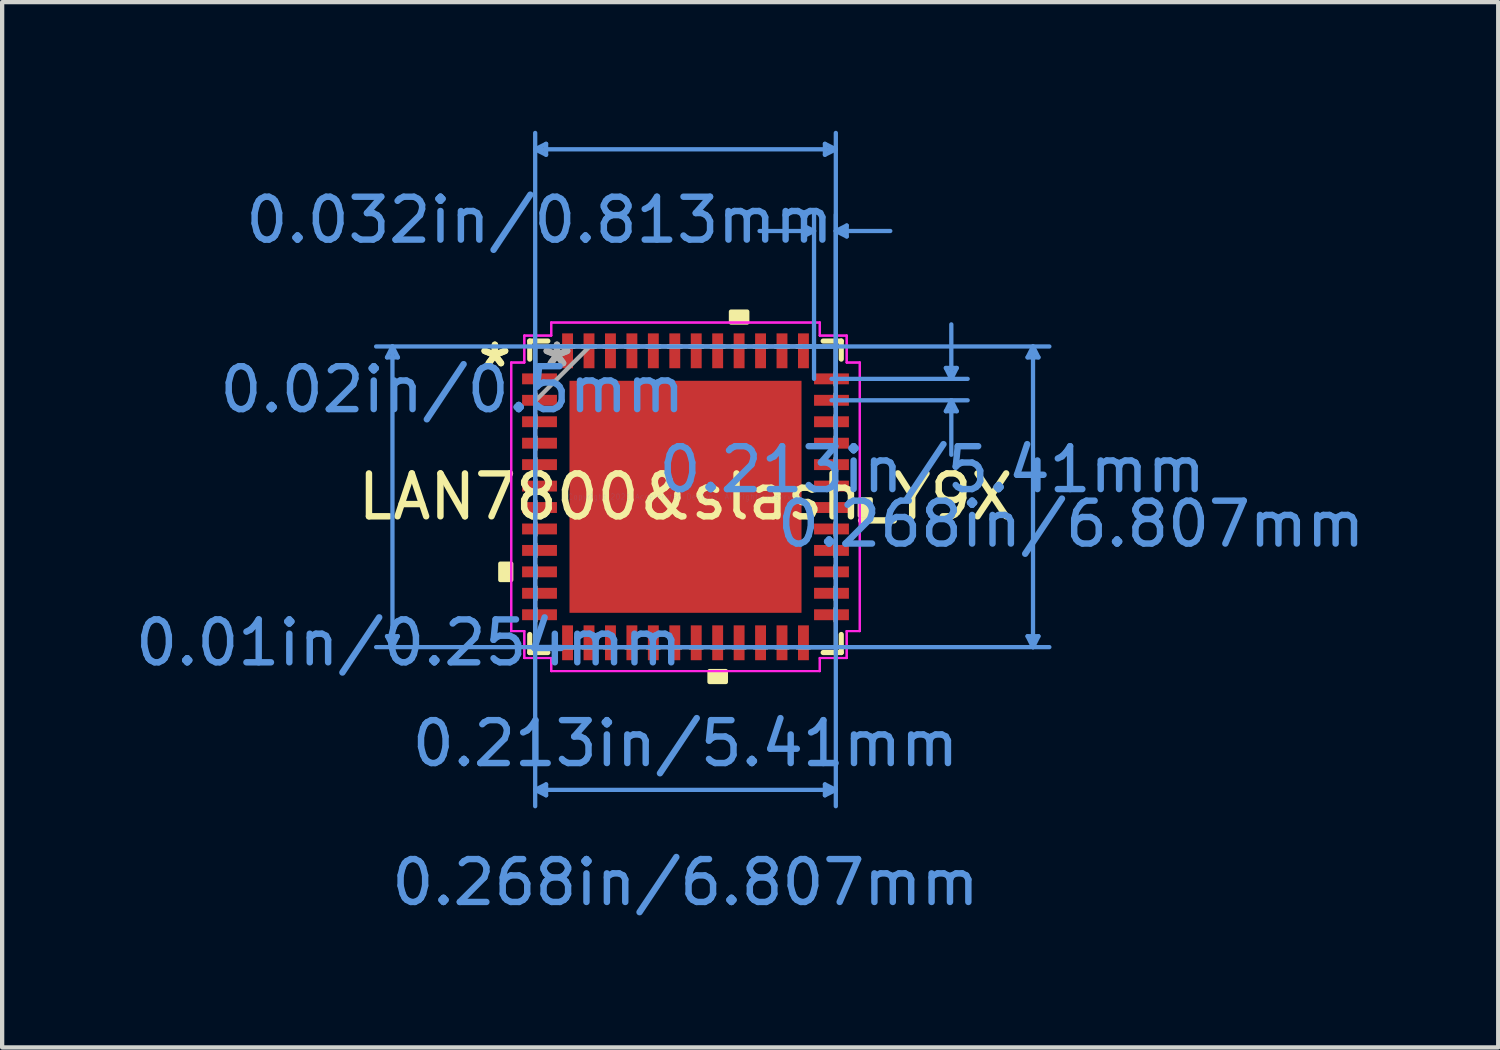
<source format=kicad_pcb>
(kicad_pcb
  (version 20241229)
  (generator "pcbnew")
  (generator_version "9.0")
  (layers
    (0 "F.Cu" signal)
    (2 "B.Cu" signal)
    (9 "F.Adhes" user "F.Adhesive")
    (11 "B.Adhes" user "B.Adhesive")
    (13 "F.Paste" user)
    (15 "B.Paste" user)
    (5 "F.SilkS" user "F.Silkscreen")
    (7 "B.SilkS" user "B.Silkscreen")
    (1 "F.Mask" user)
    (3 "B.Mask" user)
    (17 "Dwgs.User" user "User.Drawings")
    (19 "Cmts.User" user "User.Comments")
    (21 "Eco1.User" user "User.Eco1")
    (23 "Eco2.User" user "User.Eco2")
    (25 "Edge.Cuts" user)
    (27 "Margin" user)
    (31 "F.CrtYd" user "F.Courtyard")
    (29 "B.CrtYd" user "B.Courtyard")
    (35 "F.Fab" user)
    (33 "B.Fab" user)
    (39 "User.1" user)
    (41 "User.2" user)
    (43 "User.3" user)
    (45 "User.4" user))
  (footprint "LAN7800&slash_Y9X"
    (layer "F.Cu")
    (at 12.934 8.534)
    (property "Reference" "LAN7800&slash_Y9X" (at 0 0 0) (layer "F.SilkS") (effects (font (size 1 1) (thickness 0.15))))
    (attr through_hole)
    (fp_line (start -3.632 -3.632) (end -3.632 -3.21) (stroke (width 0.12) (type solid)) (layer "F.SilkS"))
    (fp_line (start -3.632 3.21) (end -3.632 3.632) (stroke (width 0.12) (type solid)) (layer "F.SilkS"))
    (fp_line (start -3.632 3.632) (end -3.21 3.632) (stroke (width 0.12) (type solid)) (layer "F.SilkS"))
    (fp_line (start -3.21 -3.632) (end -3.632 -3.632) (stroke (width 0.12) (type solid)) (layer "F.SilkS"))
    (fp_line (start 3.21 3.632) (end 3.632 3.632) (stroke (width 0.12) (type solid)) (layer "F.SilkS"))
    (fp_line (start 3.632 -3.632) (end 3.21 -3.632) (stroke (width 0.12) (type solid)) (layer "F.SilkS"))
    (fp_line (start 3.632 -3.21) (end 3.632 -3.632) (stroke (width 0.12) (type solid)) (layer "F.SilkS"))
    (fp_line (start 3.632 3.632) (end 3.632 3.21) (stroke (width 0.12) (type solid)) (layer "F.SilkS"))
    (fp_poly (pts (xy -4.318 1.559) (xy -4.318 1.94) (xy -4.064 1.94) (xy -4.064 1.559)) (stroke (width 0.1) (type solid)) (fill yes) (layer "F.SilkS"))
    (fp_poly (pts (xy 0.56 4.064) (xy 0.56 4.318) (xy 0.941 4.318) (xy 0.941 4.064)) (stroke (width 0.1) (type solid)) (fill yes) (layer "F.SilkS"))
    (fp_poly (pts (xy 1.06 -4.064) (xy 1.06 -4.318) (xy 1.44 -4.318) (xy 1.44 -4.064)) (stroke (width 0.1) (type solid)) (fill yes) (layer "F.SilkS"))
    (fp_poly (pts (xy 4.318 0.059) (xy 4.318 0.441) (xy 4.064 0.441) (xy 4.064 0.059)) (stroke (width 0.1) (type solid)) (fill yes) (layer "F.SilkS"))
    (fp_poly (pts (xy -2.605 -2.605) (xy -2.605 -1.453) (xy -1.453 -1.453) (xy -1.453 -2.605)) (stroke (width 0.1) (type solid)) (fill yes) (layer "F.Paste"))
    (fp_poly (pts (xy -2.605 -1.253) (xy -2.605 -0.1) (xy -1.453 -0.1) (xy -1.453 -1.253)) (stroke (width 0.1) (type solid)) (fill yes) (layer "F.Paste"))
    (fp_poly (pts (xy -2.605 0.1) (xy -2.605 1.253) (xy -1.453 1.253) (xy -1.453 0.1)) (stroke (width 0.1) (type solid)) (fill yes) (layer "F.Paste"))
    (fp_poly (pts (xy -2.605 1.453) (xy -2.605 2.605) (xy -1.453 2.605) (xy -1.453 1.453)) (stroke (width 0.1) (type solid)) (fill yes) (layer "F.Paste"))
    (fp_poly (pts (xy -1.253 -2.605) (xy -1.253 -1.453) (xy -0.1 -1.453) (xy -0.1 -2.605)) (stroke (width 0.1) (type solid)) (fill yes) (layer "F.Paste"))
    (fp_poly (pts (xy -1.253 -1.253) (xy -1.253 -0.1) (xy -0.1 -0.1) (xy -0.1 -1.253)) (stroke (width 0.1) (type solid)) (fill yes) (layer "F.Paste"))
    (fp_poly (pts (xy -1.253 0.1) (xy -1.253 1.253) (xy -0.1 1.253) (xy -0.1 0.1)) (stroke (width 0.1) (type solid)) (fill yes) (layer "F.Paste"))
    (fp_poly (pts (xy -1.253 1.453) (xy -1.253 2.605) (xy -0.1 2.605) (xy -0.1 1.453)) (stroke (width 0.1) (type solid)) (fill yes) (layer "F.Paste"))
    (fp_poly (pts (xy 0.1 -2.605) (xy 0.1 -1.453) (xy 1.253 -1.453) (xy 1.253 -2.605)) (stroke (width 0.1) (type solid)) (fill yes) (layer "F.Paste"))
    (fp_poly (pts (xy 0.1 -1.253) (xy 0.1 -0.1) (xy 1.253 -0.1) (xy 1.253 -1.253)) (stroke (width 0.1) (type solid)) (fill yes) (layer "F.Paste"))
    (fp_poly (pts (xy 0.1 0.1) (xy 0.1 1.253) (xy 1.253 1.253) (xy 1.253 0.1)) (stroke (width 0.1) (type solid)) (fill yes) (layer "F.Paste"))
    (fp_poly (pts (xy 0.1 1.453) (xy 0.1 2.605) (xy 1.253 2.605) (xy 1.253 1.453)) (stroke (width 0.1) (type solid)) (fill yes) (layer "F.Paste"))
    (fp_poly (pts (xy 1.453 -2.605) (xy 1.453 -1.453) (xy 2.605 -1.453) (xy 2.605 -2.605)) (stroke (width 0.1) (type solid)) (fill yes) (layer "F.Paste"))
    (fp_poly (pts (xy 1.453 -1.253) (xy 1.453 -0.1) (xy 2.605 -0.1) (xy 2.605 -1.253)) (stroke (width 0.1) (type solid)) (fill yes) (layer "F.Paste"))
    (fp_poly (pts (xy 1.453 0.1) (xy 1.453 1.253) (xy 2.605 1.253) (xy 2.605 0.1)) (stroke (width 0.1) (type solid)) (fill yes) (layer "F.Paste"))
    (fp_poly (pts (xy 1.453 1.453) (xy 1.453 2.605) (xy 2.605 2.605) (xy 2.605 1.453)) (stroke (width 0.1) (type solid)) (fill yes) (layer "F.Paste"))
    (fp_line (start -6.96 -3.251) (end -6.706 -3.251) (stroke (width 0.1) (type solid)) (layer "Cmts.User"))
    (fp_line (start -6.96 3.251) (end -6.706 3.251) (stroke (width 0.1) (type solid)) (layer "Cmts.User"))
    (fp_line (start -6.833 -3.505) (end -6.96 -3.251) (stroke (width 0.1) (type solid)) (layer "Cmts.User"))
    (fp_line (start -6.833 -3.505) (end -6.833 3.505) (stroke (width 0.1) (type solid)) (layer "Cmts.User"))
    (fp_line (start -6.833 -3.505) (end -6.706 -3.251) (stroke (width 0.1) (type solid)) (layer "Cmts.User"))
    (fp_line (start -6.833 3.505) (end -6.96 3.251) (stroke (width 0.1) (type solid)) (layer "Cmts.User"))
    (fp_line (start -6.833 3.505) (end -6.706 3.251) (stroke (width 0.1) (type solid)) (layer "Cmts.User"))
    (fp_line (start -3.505 -8.103) (end -3.251 -8.23) (stroke (width 0.1) (type solid)) (layer "Cmts.User"))
    (fp_line (start -3.505 -8.103) (end -3.251 -7.976) (stroke (width 0.1) (type solid)) (layer "Cmts.User"))
    (fp_line (start -3.505 -8.103) (end 3.505 -8.103) (stroke (width 0.1) (type solid)) (layer "Cmts.User"))
    (fp_line (start -3.505 -3.505) (end -3.505 7.214) (stroke (width 0.1) (type solid)) (layer "Cmts.User"))
    (fp_line (start -3.505 -2.75) (end -3.505 -8.484) (stroke (width 0.1) (type solid)) (layer "Cmts.User"))
    (fp_line (start -3.505 6.833) (end -3.251 6.706) (stroke (width 0.1) (type solid)) (layer "Cmts.User"))
    (fp_line (start -3.505 6.833) (end -3.251 6.96) (stroke (width 0.1) (type solid)) (layer "Cmts.User"))
    (fp_line (start -3.505 6.833) (end 3.505 6.833) (stroke (width 0.1) (type solid)) (layer "Cmts.User"))
    (fp_line (start -3.251 -8.23) (end -3.251 -7.976) (stroke (width 0.1) (type solid)) (layer "Cmts.User"))
    (fp_line (start -3.251 6.706) (end -3.251 6.96) (stroke (width 0.1) (type solid)) (layer "Cmts.User"))
    (fp_line (start 2.743 -6.325) (end 2.743 -6.071) (stroke (width 0.1) (type solid)) (layer "Cmts.User"))
    (fp_line (start 2.75 -3.505) (end 8.484 -3.505) (stroke (width 0.1) (type solid)) (layer "Cmts.User"))
    (fp_line (start 2.75 3.505) (end 8.484 3.505) (stroke (width 0.1) (type solid)) (layer "Cmts.User"))
    (fp_line (start 2.997 -6.198) (end 1.727 -6.198) (stroke (width 0.1) (type solid)) (layer "Cmts.User"))
    (fp_line (start 2.997 -6.198) (end 2.743 -6.325) (stroke (width 0.1) (type solid)) (layer "Cmts.User"))
    (fp_line (start 2.997 -6.198) (end 2.743 -6.071) (stroke (width 0.1) (type solid)) (layer "Cmts.User"))
    (fp_line (start 2.997 -2.75) (end 2.997 -6.579) (stroke (width 0.1) (type solid)) (layer "Cmts.User"))
    (fp_line (start 3.251 -8.23) (end 3.251 -7.976) (stroke (width 0.1) (type solid)) (layer "Cmts.User"))
    (fp_line (start 3.251 6.706) (end 3.251 6.96) (stroke (width 0.1) (type solid)) (layer "Cmts.User"))
    (fp_line (start 3.404 -2.75) (end 6.579 -2.75) (stroke (width 0.1) (type solid)) (layer "Cmts.User"))
    (fp_line (start 3.404 -2.25) (end 6.579 -2.25) (stroke (width 0.1) (type solid)) (layer "Cmts.User"))
    (fp_line (start 3.505 -8.103) (end 3.251 -8.23) (stroke (width 0.1) (type solid)) (layer "Cmts.User"))
    (fp_line (start 3.505 -8.103) (end 3.251 -7.976) (stroke (width 0.1) (type solid)) (layer "Cmts.User"))
    (fp_line (start 3.505 -6.198) (end 3.759 -6.325) (stroke (width 0.1) (type solid)) (layer "Cmts.User"))
    (fp_line (start 3.505 -6.198) (end 3.759 -6.071) (stroke (width 0.1) (type solid)) (layer "Cmts.User"))
    (fp_line (start 3.505 -6.198) (end 4.775 -6.198) (stroke (width 0.1) (type solid)) (layer "Cmts.User"))
    (fp_line (start 3.505 -3.505) (end -7.214 -3.505) (stroke (width 0.1) (type solid)) (layer "Cmts.User"))
    (fp_line (start 3.505 -3.505) (end 3.505 7.214) (stroke (width 0.1) (type solid)) (layer "Cmts.User"))
    (fp_line (start 3.505 -2.75) (end 3.505 -8.484) (stroke (width 0.1) (type solid)) (layer "Cmts.User"))
    (fp_line (start 3.505 -2.75) (end 3.505 -6.579) (stroke (width 0.1) (type solid)) (layer "Cmts.User"))
    (fp_line (start 3.505 3.505) (end -7.214 3.505) (stroke (width 0.1) (type solid)) (layer "Cmts.User"))
    (fp_line (start 3.505 6.833) (end 3.251 6.706) (stroke (width 0.1) (type solid)) (layer "Cmts.User"))
    (fp_line (start 3.505 6.833) (end 3.251 6.96) (stroke (width 0.1) (type solid)) (layer "Cmts.User"))
    (fp_line (start 3.759 -6.325) (end 3.759 -6.071) (stroke (width 0.1) (type solid)) (layer "Cmts.User"))
    (fp_line (start 6.071 -3.004) (end 6.325 -3.004) (stroke (width 0.1) (type solid)) (layer "Cmts.User"))
    (fp_line (start 6.071 -1.996) (end 6.325 -1.996) (stroke (width 0.1) (type solid)) (layer "Cmts.User"))
    (fp_line (start 6.198 -2.75) (end 6.071 -3.004) (stroke (width 0.1) (type solid)) (layer "Cmts.User"))
    (fp_line (start 6.198 -2.75) (end 6.198 -4.02) (stroke (width 0.1) (type solid)) (layer "Cmts.User"))
    (fp_line (start 6.198 -2.75) (end 6.325 -3.004) (stroke (width 0.1) (type solid)) (layer "Cmts.User"))
    (fp_line (start 6.198 -2.25) (end 6.071 -1.996) (stroke (width 0.1) (type solid)) (layer "Cmts.User"))
    (fp_line (start 6.198 -2.25) (end 6.198 -0.98) (stroke (width 0.1) (type solid)) (layer "Cmts.User"))
    (fp_line (start 6.198 -2.25) (end 6.325 -1.996) (stroke (width 0.1) (type solid)) (layer "Cmts.User"))
    (fp_line (start 7.976 -3.251) (end 8.23 -3.251) (stroke (width 0.1) (type solid)) (layer "Cmts.User"))
    (fp_line (start 7.976 3.251) (end 8.23 3.251) (stroke (width 0.1) (type solid)) (layer "Cmts.User"))
    (fp_line (start 8.103 -3.505) (end 7.976 -3.251) (stroke (width 0.1) (type solid)) (layer "Cmts.User"))
    (fp_line (start 8.103 -3.505) (end 8.103 3.505) (stroke (width 0.1) (type solid)) (layer "Cmts.User"))
    (fp_line (start 8.103 -3.505) (end 8.23 -3.251) (stroke (width 0.1) (type solid)) (layer "Cmts.User"))
    (fp_line (start 8.103 3.505) (end 7.976 3.251) (stroke (width 0.1) (type solid)) (layer "Cmts.User"))
    (fp_line (start 8.103 3.505) (end 8.23 3.251) (stroke (width 0.1) (type solid)) (layer "Cmts.User"))
    (fp_line (start -4.064 -3.131) (end -3.759 -3.131) (stroke (width 0.05) (type solid)) (layer "F.CrtYd"))
    (fp_line (start -4.064 -3.131) (end -3.759 -3.131) (stroke (width 0.05) (type solid)) (layer "F.CrtYd"))
    (fp_line (start -4.064 3.131) (end -4.064 -3.131) (stroke (width 0.05) (type solid)) (layer "F.CrtYd"))
    (fp_line (start -4.064 3.131) (end -4.064 -3.131) (stroke (width 0.05) (type solid)) (layer "F.CrtYd"))
    (fp_line (start -3.759 -3.759) (end -3.131 -3.759) (stroke (width 0.05) (type solid)) (layer "F.CrtYd"))
    (fp_line (start -3.759 -3.759) (end -3.131 -3.759) (stroke (width 0.05) (type solid)) (layer "F.CrtYd"))
    (fp_line (start -3.759 -3.131) (end -3.759 -3.759) (stroke (width 0.05) (type solid)) (layer "F.CrtYd"))
    (fp_line (start -3.759 -3.131) (end -3.759 -3.759) (stroke (width 0.05) (type solid)) (layer "F.CrtYd"))
    (fp_line (start -3.759 3.131) (end -4.064 3.131) (stroke (width 0.05) (type solid)) (layer "F.CrtYd"))
    (fp_line (start -3.759 3.131) (end -4.064 3.131) (stroke (width 0.05) (type solid)) (layer "F.CrtYd"))
    (fp_line (start -3.759 3.759) (end -3.759 3.131) (stroke (width 0.05) (type solid)) (layer "F.CrtYd"))
    (fp_line (start -3.759 3.759) (end -3.759 3.131) (stroke (width 0.05) (type solid)) (layer "F.CrtYd"))
    (fp_line (start -3.131 -4.064) (end 3.131 -4.064) (stroke (width 0.05) (type solid)) (layer "F.CrtYd"))
    (fp_line (start -3.131 -4.064) (end 3.131 -4.064) (stroke (width 0.05) (type solid)) (layer "F.CrtYd"))
    (fp_line (start -3.131 -3.759) (end -3.131 -4.064) (stroke (width 0.05) (type solid)) (layer "F.CrtYd"))
    (fp_line (start -3.131 -3.759) (end -3.131 -4.064) (stroke (width 0.05) (type solid)) (layer "F.CrtYd"))
    (fp_line (start -3.131 3.759) (end -3.759 3.759) (stroke (width 0.05) (type solid)) (layer "F.CrtYd"))
    (fp_line (start -3.131 3.759) (end -3.759 3.759) (stroke (width 0.05) (type solid)) (layer "F.CrtYd"))
    (fp_line (start -3.131 4.064) (end -3.131 3.759) (stroke (width 0.05) (type solid)) (layer "F.CrtYd"))
    (fp_line (start -3.131 4.064) (end -3.131 3.759) (stroke (width 0.05) (type solid)) (layer "F.CrtYd"))
    (fp_line (start 3.131 -4.064) (end 3.131 -3.759) (stroke (width 0.05) (type solid)) (layer "F.CrtYd"))
    (fp_line (start 3.131 -4.064) (end 3.131 -3.759) (stroke (width 0.05) (type solid)) (layer "F.CrtYd"))
    (fp_line (start 3.131 -3.759) (end 3.759 -3.759) (stroke (width 0.05) (type solid)) (layer "F.CrtYd"))
    (fp_line (start 3.131 -3.759) (end 3.759 -3.759) (stroke (width 0.05) (type solid)) (layer "F.CrtYd"))
    (fp_line (start 3.131 3.759) (end 3.131 4.064) (stroke (width 0.05) (type solid)) (layer "F.CrtYd"))
    (fp_line (start 3.131 3.759) (end 3.131 4.064) (stroke (width 0.05) (type solid)) (layer "F.CrtYd"))
    (fp_line (start 3.131 4.064) (end -3.131 4.064) (stroke (width 0.05) (type solid)) (layer "F.CrtYd"))
    (fp_line (start 3.131 4.064) (end -3.131 4.064) (stroke (width 0.05) (type solid)) (layer "F.CrtYd"))
    (fp_line (start 3.759 -3.759) (end 3.759 -3.131) (stroke (width 0.05) (type solid)) (layer "F.CrtYd"))
    (fp_line (start 3.759 -3.759) (end 3.759 -3.131) (stroke (width 0.05) (type solid)) (layer "F.CrtYd"))
    (fp_line (start 3.759 -3.131) (end 4.064 -3.131) (stroke (width 0.05) (type solid)) (layer "F.CrtYd"))
    (fp_line (start 3.759 -3.131) (end 4.064 -3.131) (stroke (width 0.05) (type solid)) (layer "F.CrtYd"))
    (fp_line (start 3.759 3.131) (end 3.759 3.759) (stroke (width 0.05) (type solid)) (layer "F.CrtYd"))
    (fp_line (start 3.759 3.131) (end 3.759 3.759) (stroke (width 0.05) (type solid)) (layer "F.CrtYd"))
    (fp_line (start 3.759 3.759) (end 3.131 3.759) (stroke (width 0.05) (type solid)) (layer "F.CrtYd"))
    (fp_line (start 3.759 3.759) (end 3.131 3.759) (stroke (width 0.05) (type solid)) (layer "F.CrtYd"))
    (fp_line (start 4.064 -3.131) (end 4.064 3.131) (stroke (width 0.05) (type solid)) (layer "F.CrtYd"))
    (fp_line (start 4.064 -3.131) (end 4.064 3.131) (stroke (width 0.05) (type solid)) (layer "F.CrtYd"))
    (fp_line (start 4.064 3.131) (end 3.759 3.131) (stroke (width 0.05) (type solid)) (layer "F.CrtYd"))
    (fp_line (start 4.064 3.131) (end 3.759 3.131) (stroke (width 0.05) (type solid)) (layer "F.CrtYd"))
    (fp_line (start -3.505 -3.505) (end -3.505 -3.505) (stroke (width 0.1) (type solid)) (layer "F.Fab"))
    (fp_line (start -3.505 -3.505) (end -3.505 3.505) (stroke (width 0.1) (type solid)) (layer "F.Fab"))
    (fp_line (start -3.505 -2.902) (end -3.505 -2.902) (stroke (width 0.1) (type solid)) (layer "F.Fab"))
    (fp_line (start -3.505 -2.902) (end -3.505 -2.598) (stroke (width 0.1) (type solid)) (layer "F.Fab"))
    (fp_line (start -3.505 -2.598) (end -3.505 -2.902) (stroke (width 0.1) (type solid)) (layer "F.Fab"))
    (fp_line (start -3.505 -2.598) (end -3.505 -2.598) (stroke (width 0.1) (type solid)) (layer "F.Fab"))
    (fp_line (start -3.505 -2.402) (end -3.505 -2.402) (stroke (width 0.1) (type solid)) (layer "F.Fab"))
    (fp_line (start -3.505 -2.402) (end -3.505 -2.098) (stroke (width 0.1) (type solid)) (layer "F.Fab"))
    (fp_line (start -3.505 -2.235) (end -2.235 -3.505) (stroke (width 0.1) (type solid)) (layer "F.Fab"))
    (fp_line (start -3.505 -2.098) (end -3.505 -2.402) (stroke (width 0.1) (type solid)) (layer "F.Fab"))
    (fp_line (start -3.505 -2.098) (end -3.505 -2.098) (stroke (width 0.1) (type solid)) (layer "F.Fab"))
    (fp_line (start -3.505 -1.902) (end -3.505 -1.902) (stroke (width 0.1) (type solid)) (layer "F.Fab"))
    (fp_line (start -3.505 -1.902) (end -3.505 -1.598) (stroke (width 0.1) (type solid)) (layer "F.Fab"))
    (fp_line (start -3.505 -1.598) (end -3.505 -1.902) (stroke (width 0.1) (type solid)) (layer "F.Fab"))
    (fp_line (start -3.505 -1.598) (end -3.505 -1.598) (stroke (width 0.1) (type solid)) (layer "F.Fab"))
    (fp_line (start -3.505 -1.402) (end -3.505 -1.402) (stroke (width 0.1) (type solid)) (layer "F.Fab"))
    (fp_line (start -3.505 -1.402) (end -3.505 -1.098) (stroke (width 0.1) (type solid)) (layer "F.Fab"))
    (fp_line (start -3.505 -1.098) (end -3.505 -1.402) (stroke (width 0.1) (type solid)) (layer "F.Fab"))
    (fp_line (start -3.505 -1.098) (end -3.505 -1.098) (stroke (width 0.1) (type solid)) (layer "F.Fab"))
    (fp_line (start -3.505 -0.902) (end -3.505 -0.902) (stroke (width 0.1) (type solid)) (layer "F.Fab"))
    (fp_line (start -3.505 -0.902) (end -3.505 -0.598) (stroke (width 0.1) (type solid)) (layer "F.Fab"))
    (fp_line (start -3.505 -0.598) (end -3.505 -0.902) (stroke (width 0.1) (type solid)) (layer "F.Fab"))
    (fp_line (start -3.505 -0.598) (end -3.505 -0.598) (stroke (width 0.1) (type solid)) (layer "F.Fab"))
    (fp_line (start -3.505 -0.402) (end -3.505 -0.402) (stroke (width 0.1) (type solid)) (layer "F.Fab"))
    (fp_line (start -3.505 -0.402) (end -3.505 -0.098) (stroke (width 0.1) (type solid)) (layer "F.Fab"))
    (fp_line (start -3.505 -0.098) (end -3.505 -0.402) (stroke (width 0.1) (type solid)) (layer "F.Fab"))
    (fp_line (start -3.505 -0.098) (end -3.505 -0.098) (stroke (width 0.1) (type solid)) (layer "F.Fab"))
    (fp_line (start -3.505 0.098) (end -3.505 0.098) (stroke (width 0.1) (type solid)) (layer "F.Fab"))
    (fp_line (start -3.505 0.098) (end -3.505 0.402) (stroke (width 0.1) (type solid)) (layer "F.Fab"))
    (fp_line (start -3.505 0.402) (end -3.505 0.098) (stroke (width 0.1) (type solid)) (layer "F.Fab"))
    (fp_line (start -3.505 0.402) (end -3.505 0.402) (stroke (width 0.1) (type solid)) (layer "F.Fab"))
    (fp_line (start -3.505 0.598) (end -3.505 0.598) (stroke (width 0.1) (type solid)) (layer "F.Fab"))
    (fp_line (start -3.505 0.598) (end -3.505 0.902) (stroke (width 0.1) (type solid)) (layer "F.Fab"))
    (fp_line (start -3.505 0.902) (end -3.505 0.598) (stroke (width 0.1) (type solid)) (layer "F.Fab"))
    (fp_line (start -3.505 0.902) (end -3.505 0.902) (stroke (width 0.1) (type solid)) (layer "F.Fab"))
    (fp_line (start -3.505 1.098) (end -3.505 1.098) (stroke (width 0.1) (type solid)) (layer "F.Fab"))
    (fp_line (start -3.505 1.098) (end -3.505 1.402) (stroke (width 0.1) (type solid)) (layer "F.Fab"))
    (fp_line (start -3.505 1.402) (end -3.505 1.098) (stroke (width 0.1) (type solid)) (layer "F.Fab"))
    (fp_line (start -3.505 1.402) (end -3.505 1.402) (stroke (width 0.1) (type solid)) (layer "F.Fab"))
    (fp_line (start -3.505 1.598) (end -3.505 1.598) (stroke (width 0.1) (type solid)) (layer "F.Fab"))
    (fp_line (start -3.505 1.598) (end -3.505 1.902) (stroke (width 0.1) (type solid)) (layer "F.Fab"))
    (fp_line (start -3.505 1.902) (end -3.505 1.598) (stroke (width 0.1) (type solid)) (layer "F.Fab"))
    (fp_line (start -3.505 1.902) (end -3.505 1.902) (stroke (width 0.1) (type solid)) (layer "F.Fab"))
    (fp_line (start -3.505 2.098) (end -3.505 2.098) (stroke (width 0.1) (type solid)) (layer "F.Fab"))
    (fp_line (start -3.505 2.098) (end -3.505 2.402) (stroke (width 0.1) (type solid)) (layer "F.Fab"))
    (fp_line (start -3.505 2.402) (end -3.505 2.098) (stroke (width 0.1) (type solid)) (layer "F.Fab"))
    (fp_line (start -3.505 2.402) (end -3.505 2.402) (stroke (width 0.1) (type solid)) (layer "F.Fab"))
    (fp_line (start -3.505 2.598) (end -3.505 2.598) (stroke (width 0.1) (type solid)) (layer "F.Fab"))
    (fp_line (start -3.505 2.598) (end -3.505 2.902) (stroke (width 0.1) (type solid)) (layer "F.Fab"))
    (fp_line (start -3.505 2.902) (end -3.505 2.598) (stroke (width 0.1) (type solid)) (layer "F.Fab"))
    (fp_line (start -3.505 2.902) (end -3.505 2.902) (stroke (width 0.1) (type solid)) (layer "F.Fab"))
    (fp_line (start -3.505 3.505) (end -3.505 3.505) (stroke (width 0.1) (type solid)) (layer "F.Fab"))
    (fp_line (start -3.505 3.505) (end 3.505 3.505) (stroke (width 0.1) (type solid)) (layer "F.Fab"))
    (fp_line (start -2.902 -3.505) (end -2.902 -3.505) (stroke (width 0.1) (type solid)) (layer "F.Fab"))
    (fp_line (start -2.902 -3.505) (end -2.598 -3.505) (stroke (width 0.1) (type solid)) (layer "F.Fab"))
    (fp_line (start -2.902 3.505) (end -2.902 3.505) (stroke (width 0.1) (type solid)) (layer "F.Fab"))
    (fp_line (start -2.902 3.505) (end -2.598 3.505) (stroke (width 0.1) (type solid)) (layer "F.Fab"))
    (fp_line (start -2.598 -3.505) (end -2.902 -3.505) (stroke (width 0.1) (type solid)) (layer "F.Fab"))
    (fp_line (start -2.598 -3.505) (end -2.598 -3.505) (stroke (width 0.1) (type solid)) (layer "F.Fab"))
    (fp_line (start -2.598 3.505) (end -2.902 3.505) (stroke (width 0.1) (type solid)) (layer "F.Fab"))
    (fp_line (start -2.598 3.505) (end -2.598 3.505) (stroke (width 0.1) (type solid)) (layer "F.Fab"))
    (fp_line (start -2.402 -3.505) (end -2.402 -3.505) (stroke (width 0.1) (type solid)) (layer "F.Fab"))
    (fp_line (start -2.402 -3.505) (end -2.098 -3.505) (stroke (width 0.1) (type solid)) (layer "F.Fab"))
    (fp_line (start -2.402 3.505) (end -2.402 3.505) (stroke (width 0.1) (type solid)) (layer "F.Fab"))
    (fp_line (start -2.402 3.505) (end -2.098 3.505) (stroke (width 0.1) (type solid)) (layer "F.Fab"))
    (fp_line (start -2.098 -3.505) (end -2.402 -3.505) (stroke (width 0.1) (type solid)) (layer "F.Fab"))
    (fp_line (start -2.098 -3.505) (end -2.098 -3.505) (stroke (width 0.1) (type solid)) (layer "F.Fab"))
    (fp_line (start -2.098 3.505) (end -2.402 3.505) (stroke (width 0.1) (type solid)) (layer "F.Fab"))
    (fp_line (start -2.098 3.505) (end -2.098 3.505) (stroke (width 0.1) (type solid)) (layer "F.Fab"))
    (fp_line (start -1.902 -3.505) (end -1.902 -3.505) (stroke (width 0.1) (type solid)) (layer "F.Fab"))
    (fp_line (start -1.902 -3.505) (end -1.598 -3.505) (stroke (width 0.1) (type solid)) (layer "F.Fab"))
    (fp_line (start -1.902 3.505) (end -1.902 3.505) (stroke (width 0.1) (type solid)) (layer "F.Fab"))
    (fp_line (start -1.902 3.505) (end -1.598 3.505) (stroke (width 0.1) (type solid)) (layer "F.Fab"))
    (fp_line (start -1.598 -3.505) (end -1.902 -3.505) (stroke (width 0.1) (type solid)) (layer "F.Fab"))
    (fp_line (start -1.598 -3.505) (end -1.598 -3.505) (stroke (width 0.1) (type solid)) (layer "F.Fab"))
    (fp_line (start -1.598 3.505) (end -1.902 3.505) (stroke (width 0.1) (type solid)) (layer "F.Fab"))
    (fp_line (start -1.598 3.505) (end -1.598 3.505) (stroke (width 0.1) (type solid)) (layer "F.Fab"))
    (fp_line (start -1.402 -3.505) (end -1.402 -3.505) (stroke (width 0.1) (type solid)) (layer "F.Fab"))
    (fp_line (start -1.402 -3.505) (end -1.098 -3.505) (stroke (width 0.1) (type solid)) (layer "F.Fab"))
    (fp_line (start -1.402 3.505) (end -1.402 3.505) (stroke (width 0.1) (type solid)) (layer "F.Fab"))
    (fp_line (start -1.402 3.505) (end -1.098 3.505) (stroke (width 0.1) (type solid)) (layer "F.Fab"))
    (fp_line (start -1.098 -3.505) (end -1.402 -3.505) (stroke (width 0.1) (type solid)) (layer "F.Fab"))
    (fp_line (start -1.098 -3.505) (end -1.098 -3.505) (stroke (width 0.1) (type solid)) (layer "F.Fab"))
    (fp_line (start -1.098 3.505) (end -1.402 3.505) (stroke (width 0.1) (type solid)) (layer "F.Fab"))
    (fp_line (start -1.098 3.505) (end -1.098 3.505) (stroke (width 0.1) (type solid)) (layer "F.Fab"))
    (fp_line (start -0.902 -3.505) (end -0.902 -3.505) (stroke (width 0.1) (type solid)) (layer "F.Fab"))
    (fp_line (start -0.902 -3.505) (end -0.598 -3.505) (stroke (width 0.1) (type solid)) (layer "F.Fab"))
    (fp_line (start -0.902 3.505) (end -0.902 3.505) (stroke (width 0.1) (type solid)) (layer "F.Fab"))
    (fp_line (start -0.902 3.505) (end -0.598 3.505) (stroke (width 0.1) (type solid)) (layer "F.Fab"))
    (fp_line (start -0.598 -3.505) (end -0.902 -3.505) (stroke (width 0.1) (type solid)) (layer "F.Fab"))
    (fp_line (start -0.598 -3.505) (end -0.598 -3.505) (stroke (width 0.1) (type solid)) (layer "F.Fab"))
    (fp_line (start -0.598 3.505) (end -0.902 3.505) (stroke (width 0.1) (type solid)) (layer "F.Fab"))
    (fp_line (start -0.598 3.505) (end -0.598 3.505) (stroke (width 0.1) (type solid)) (layer "F.Fab"))
    (fp_line (start -0.402 -3.505) (end -0.402 -3.505) (stroke (width 0.1) (type solid)) (layer "F.Fab"))
    (fp_line (start -0.402 -3.505) (end -0.098 -3.505) (stroke (width 0.1) (type solid)) (layer "F.Fab"))
    (fp_line (start -0.402 3.505) (end -0.402 3.505) (stroke (width 0.1) (type solid)) (layer "F.Fab"))
    (fp_line (start -0.402 3.505) (end -0.098 3.505) (stroke (width 0.1) (type solid)) (layer "F.Fab"))
    (fp_line (start -0.098 -3.505) (end -0.402 -3.505) (stroke (width 0.1) (type solid)) (layer "F.Fab"))
    (fp_line (start -0.098 -3.505) (end -0.098 -3.505) (stroke (width 0.1) (type solid)) (layer "F.Fab"))
    (fp_line (start -0.098 3.505) (end -0.402 3.505) (stroke (width 0.1) (type solid)) (layer "F.Fab"))
    (fp_line (start -0.098 3.505) (end -0.098 3.505) (stroke (width 0.1) (type solid)) (layer "F.Fab"))
    (fp_line (start 0.098 -3.505) (end 0.098 -3.505) (stroke (width 0.1) (type solid)) (layer "F.Fab"))
    (fp_line (start 0.098 -3.505) (end 0.402 -3.505) (stroke (width 0.1) (type solid)) (layer "F.Fab"))
    (fp_line (start 0.098 3.505) (end 0.098 3.505) (stroke (width 0.1) (type solid)) (layer "F.Fab"))
    (fp_line (start 0.098 3.505) (end 0.402 3.505) (stroke (width 0.1) (type solid)) (layer "F.Fab"))
    (fp_line (start 0.402 -3.505) (end 0.098 -3.505) (stroke (width 0.1) (type solid)) (layer "F.Fab"))
    (fp_line (start 0.402 -3.505) (end 0.402 -3.505) (stroke (width 0.1) (type solid)) (layer "F.Fab"))
    (fp_line (start 0.402 3.505) (end 0.098 3.505) (stroke (width 0.1) (type solid)) (layer "F.Fab"))
    (fp_line (start 0.402 3.505) (end 0.402 3.505) (stroke (width 0.1) (type solid)) (layer "F.Fab"))
    (fp_line (start 0.598 -3.505) (end 0.598 -3.505) (stroke (width 0.1) (type solid)) (layer "F.Fab"))
    (fp_line (start 0.598 -3.505) (end 0.902 -3.505) (stroke (width 0.1) (type solid)) (layer "F.Fab"))
    (fp_line (start 0.598 3.505) (end 0.598 3.505) (stroke (width 0.1) (type solid)) (layer "F.Fab"))
    (fp_line (start 0.598 3.505) (end 0.902 3.505) (stroke (width 0.1) (type solid)) (layer "F.Fab"))
    (fp_line (start 0.902 -3.505) (end 0.598 -3.505) (stroke (width 0.1) (type solid)) (layer "F.Fab"))
    (fp_line (start 0.902 -3.505) (end 0.902 -3.505) (stroke (width 0.1) (type solid)) (layer "F.Fab"))
    (fp_line (start 0.902 3.505) (end 0.598 3.505) (stroke (width 0.1) (type solid)) (layer "F.Fab"))
    (fp_line (start 0.902 3.505) (end 0.902 3.505) (stroke (width 0.1) (type solid)) (layer "F.Fab"))
    (fp_line (start 1.098 -3.505) (end 1.098 -3.505) (stroke (width 0.1) (type solid)) (layer "F.Fab"))
    (fp_line (start 1.098 -3.505) (end 1.402 -3.505) (stroke (width 0.1) (type solid)) (layer "F.Fab"))
    (fp_line (start 1.098 3.505) (end 1.098 3.505) (stroke (width 0.1) (type solid)) (layer "F.Fab"))
    (fp_line (start 1.098 3.505) (end 1.402 3.505) (stroke (width 0.1) (type solid)) (layer "F.Fab"))
    (fp_line (start 1.402 -3.505) (end 1.098 -3.505) (stroke (width 0.1) (type solid)) (layer "F.Fab"))
    (fp_line (start 1.402 -3.505) (end 1.402 -3.505) (stroke (width 0.1) (type solid)) (layer "F.Fab"))
    (fp_line (start 1.402 3.505) (end 1.098 3.505) (stroke (width 0.1) (type solid)) (layer "F.Fab"))
    (fp_line (start 1.402 3.505) (end 1.402 3.505) (stroke (width 0.1) (type solid)) (layer "F.Fab"))
    (fp_line (start 1.598 -3.505) (end 1.598 -3.505) (stroke (width 0.1) (type solid)) (layer "F.Fab"))
    (fp_line (start 1.598 -3.505) (end 1.902 -3.505) (stroke (width 0.1) (type solid)) (layer "F.Fab"))
    (fp_line (start 1.598 3.505) (end 1.598 3.505) (stroke (width 0.1) (type solid)) (layer "F.Fab"))
    (fp_line (start 1.598 3.505) (end 1.902 3.505) (stroke (width 0.1) (type solid)) (layer "F.Fab"))
    (fp_line (start 1.902 -3.505) (end 1.598 -3.505) (stroke (width 0.1) (type solid)) (layer "F.Fab"))
    (fp_line (start 1.902 -3.505) (end 1.902 -3.505) (stroke (width 0.1) (type solid)) (layer "F.Fab"))
    (fp_line (start 1.902 3.505) (end 1.598 3.505) (stroke (width 0.1) (type solid)) (layer "F.Fab"))
    (fp_line (start 1.902 3.505) (end 1.902 3.505) (stroke (width 0.1) (type solid)) (layer "F.Fab"))
    (fp_line (start 2.098 -3.505) (end 2.098 -3.505) (stroke (width 0.1) (type solid)) (layer "F.Fab"))
    (fp_line (start 2.098 -3.505) (end 2.402 -3.505) (stroke (width 0.1) (type solid)) (layer "F.Fab"))
    (fp_line (start 2.098 3.505) (end 2.098 3.505) (stroke (width 0.1) (type solid)) (layer "F.Fab"))
    (fp_line (start 2.098 3.505) (end 2.402 3.505) (stroke (width 0.1) (type solid)) (layer "F.Fab"))
    (fp_line (start 2.402 -3.505) (end 2.098 -3.505) (stroke (width 0.1) (type solid)) (layer "F.Fab"))
    (fp_line (start 2.402 -3.505) (end 2.402 -3.505) (stroke (width 0.1) (type solid)) (layer "F.Fab"))
    (fp_line (start 2.402 3.505) (end 2.098 3.505) (stroke (width 0.1) (type solid)) (layer "F.Fab"))
    (fp_line (start 2.402 3.505) (end 2.402 3.505) (stroke (width 0.1) (type solid)) (layer "F.Fab"))
    (fp_line (start 2.598 -3.505) (end 2.598 -3.505) (stroke (width 0.1) (type solid)) (layer "F.Fab"))
    (fp_line (start 2.598 -3.505) (end 2.902 -3.505) (stroke (width 0.1) (type solid)) (layer "F.Fab"))
    (fp_line (start 2.598 3.505) (end 2.598 3.505) (stroke (width 0.1) (type solid)) (layer "F.Fab"))
    (fp_line (start 2.598 3.505) (end 2.902 3.505) (stroke (width 0.1) (type solid)) (layer "F.Fab"))
    (fp_line (start 2.902 -3.505) (end 2.598 -3.505) (stroke (width 0.1) (type solid)) (layer "F.Fab"))
    (fp_line (start 2.902 -3.505) (end 2.902 -3.505) (stroke (width 0.1) (type solid)) (layer "F.Fab"))
    (fp_line (start 2.902 3.505) (end 2.598 3.505) (stroke (width 0.1) (type solid)) (layer "F.Fab"))
    (fp_line (start 2.902 3.505) (end 2.902 3.505) (stroke (width 0.1) (type solid)) (layer "F.Fab"))
    (fp_line (start 3.505 -3.505) (end -3.505 -3.505) (stroke (width 0.1) (type solid)) (layer "F.Fab"))
    (fp_line (start 3.505 -3.505) (end 3.505 -3.505) (stroke (width 0.1) (type solid)) (layer "F.Fab"))
    (fp_line (start 3.505 -2.902) (end 3.505 -2.902) (stroke (width 0.1) (type solid)) (layer "F.Fab"))
    (fp_line (start 3.505 -2.902) (end 3.505 -2.598) (stroke (width 0.1) (type solid)) (layer "F.Fab"))
    (fp_line (start 3.505 -2.598) (end 3.505 -2.902) (stroke (width 0.1) (type solid)) (layer "F.Fab"))
    (fp_line (start 3.505 -2.598) (end 3.505 -2.598) (stroke (width 0.1) (type solid)) (layer "F.Fab"))
    (fp_line (start 3.505 -2.402) (end 3.505 -2.402) (stroke (width 0.1) (type solid)) (layer "F.Fab"))
    (fp_line (start 3.505 -2.402) (end 3.505 -2.098) (stroke (width 0.1) (type solid)) (layer "F.Fab"))
    (fp_line (start 3.505 -2.098) (end 3.505 -2.402) (stroke (width 0.1) (type solid)) (layer "F.Fab"))
    (fp_line (start 3.505 -2.098) (end 3.505 -2.098) (stroke (width 0.1) (type solid)) (layer "F.Fab"))
    (fp_line (start 3.505 -1.902) (end 3.505 -1.902) (stroke (width 0.1) (type solid)) (layer "F.Fab"))
    (fp_line (start 3.505 -1.902) (end 3.505 -1.598) (stroke (width 0.1) (type solid)) (layer "F.Fab"))
    (fp_line (start 3.505 -1.598) (end 3.505 -1.902) (stroke (width 0.1) (type solid)) (layer "F.Fab"))
    (fp_line (start 3.505 -1.598) (end 3.505 -1.598) (stroke (width 0.1) (type solid)) (layer "F.Fab"))
    (fp_line (start 3.505 -1.402) (end 3.505 -1.402) (stroke (width 0.1) (type solid)) (layer "F.Fab"))
    (fp_line (start 3.505 -1.402) (end 3.505 -1.098) (stroke (width 0.1) (type solid)) (layer "F.Fab"))
    (fp_line (start 3.505 -1.098) (end 3.505 -1.402) (stroke (width 0.1) (type solid)) (layer "F.Fab"))
    (fp_line (start 3.505 -1.098) (end 3.505 -1.098) (stroke (width 0.1) (type solid)) (layer "F.Fab"))
    (fp_line (start 3.505 -0.902) (end 3.505 -0.902) (stroke (width 0.1) (type solid)) (layer "F.Fab"))
    (fp_line (start 3.505 -0.902) (end 3.505 -0.598) (stroke (width 0.1) (type solid)) (layer "F.Fab"))
    (fp_line (start 3.505 -0.598) (end 3.505 -0.902) (stroke (width 0.1) (type solid)) (layer "F.Fab"))
    (fp_line (start 3.505 -0.598) (end 3.505 -0.598) (stroke (width 0.1) (type solid)) (layer "F.Fab"))
    (fp_line (start 3.505 -0.402) (end 3.505 -0.402) (stroke (width 0.1) (type solid)) (layer "F.Fab"))
    (fp_line (start 3.505 -0.402) (end 3.505 -0.098) (stroke (width 0.1) (type solid)) (layer "F.Fab"))
    (fp_line (start 3.505 -0.098) (end 3.505 -0.402) (stroke (width 0.1) (type solid)) (layer "F.Fab"))
    (fp_line (start 3.505 -0.098) (end 3.505 -0.098) (stroke (width 0.1) (type solid)) (layer "F.Fab"))
    (fp_line (start 3.505 0.098) (end 3.505 0.098) (stroke (width 0.1) (type solid)) (layer "F.Fab"))
    (fp_line (start 3.505 0.098) (end 3.505 0.402) (stroke (width 0.1) (type solid)) (layer "F.Fab"))
    (fp_line (start 3.505 0.402) (end 3.505 0.098) (stroke (width 0.1) (type solid)) (layer "F.Fab"))
    (fp_line (start 3.505 0.402) (end 3.505 0.402) (stroke (width 0.1) (type solid)) (layer "F.Fab"))
    (fp_line (start 3.505 0.598) (end 3.505 0.598) (stroke (width 0.1) (type solid)) (layer "F.Fab"))
    (fp_line (start 3.505 0.598) (end 3.505 0.902) (stroke (width 0.1) (type solid)) (layer "F.Fab"))
    (fp_line (start 3.505 0.902) (end 3.505 0.598) (stroke (width 0.1) (type solid)) (layer "F.Fab"))
    (fp_line (start 3.505 0.902) (end 3.505 0.902) (stroke (width 0.1) (type solid)) (layer "F.Fab"))
    (fp_line (start 3.505 1.098) (end 3.505 1.098) (stroke (width 0.1) (type solid)) (layer "F.Fab"))
    (fp_line (start 3.505 1.098) (end 3.505 1.402) (stroke (width 0.1) (type solid)) (layer "F.Fab"))
    (fp_line (start 3.505 1.402) (end 3.505 1.098) (stroke (width 0.1) (type solid)) (layer "F.Fab"))
    (fp_line (start 3.505 1.402) (end 3.505 1.402) (stroke (width 0.1) (type solid)) (layer "F.Fab"))
    (fp_line (start 3.505 1.598) (end 3.505 1.598) (stroke (width 0.1) (type solid)) (layer "F.Fab"))
    (fp_line (start 3.505 1.598) (end 3.505 1.902) (stroke (width 0.1) (type solid)) (layer "F.Fab"))
    (fp_line (start 3.505 1.902) (end 3.505 1.598) (stroke (width 0.1) (type solid)) (layer "F.Fab"))
    (fp_line (start 3.505 1.902) (end 3.505 1.902) (stroke (width 0.1) (type solid)) (layer "F.Fab"))
    (fp_line (start 3.505 2.098) (end 3.505 2.098) (stroke (width 0.1) (type solid)) (layer "F.Fab"))
    (fp_line (start 3.505 2.098) (end 3.505 2.402) (stroke (width 0.1) (type solid)) (layer "F.Fab"))
    (fp_line (start 3.505 2.402) (end 3.505 2.098) (stroke (width 0.1) (type solid)) (layer "F.Fab"))
    (fp_line (start 3.505 2.402) (end 3.505 2.402) (stroke (width 0.1) (type solid)) (layer "F.Fab"))
    (fp_line (start 3.505 2.598) (end 3.505 2.598) (stroke (width 0.1) (type solid)) (layer "F.Fab"))
    (fp_line (start 3.505 2.598) (end 3.505 2.902) (stroke (width 0.1) (type solid)) (layer "F.Fab"))
    (fp_line (start 3.505 2.902) (end 3.505 2.598) (stroke (width 0.1) (type solid)) (layer "F.Fab"))
    (fp_line (start 3.505 2.902) (end 3.505 2.902) (stroke (width 0.1) (type solid)) (layer "F.Fab"))
    (fp_line (start 3.505 3.505) (end 3.505 -3.505) (stroke (width 0.1) (type solid)) (layer "F.Fab"))
    (fp_line (start 3.505 3.505) (end 3.505 3.505) (stroke (width 0.1) (type solid)) (layer "F.Fab"))
    (fp_text user "*" (at -4.445 -3 0) (layer "F.SilkS") (effects (font (size 1 1) (thickness 0.15))))
    (fp_text user "*" (at -4.445 -3 0) (layer "F.SilkS") (effects (font (size 1 1) (thickness 0.15))))
    (fp_text user "0.268in/6.807mm" (at 0 8.992 0) (layer "Cmts.User") (effects (font (size 1 1) (thickness 0.15))))
    (fp_text user "Copyright 2021 Accelerated Designs. All rights reserved." (at 0 0 0) (layer "Cmts.User") (effects (font (size 0.127 0.127) (thickness 0.002))))
    (fp_text user "0.213in/5.41mm" (at 5.753 -0.635 0) (layer "Cmts.User") (effects (font (size 1 1) (thickness 0.15))))
    (fp_text user "0.01in/0.254mm" (at -6.452 3.404 0) (layer "Cmts.User") (effects (font (size 1 1) (thickness 0.15))))
    (fp_text user "0.213in/5.41mm" (at 0 5.753 0) (layer "Cmts.User") (effects (font (size 1 1) (thickness 0.15))))
    (fp_text user "0.268in/6.807mm" (at 8.992 0.635 0) (layer "Cmts.User") (effects (font (size 1 1) (thickness 0.15))))
    (fp_text user "0.02in/0.5mm" (at -5.436 -2.5 0) (layer "Cmts.User") (effects (font (size 1 1) (thickness 0.15))))
    (fp_text user "0.032in/0.813mm" (at -3.404 -6.452 0) (layer "Cmts.User") (effects (font (size 1 1) (thickness 0.15))))
    (fp_text user "*" (at -2.997 -3 0) (layer "F.Fab") (effects (font (size 1 1) (thickness 0.15))))
    (fp_text user "*" (at -2.997 -3 0) (layer "F.Fab") (effects (font (size 1 1) (thickness 0.15))))
    (pad "1" smd rect (at -3.404 -2.75 90) (size 0.254 0.813) (layers "F.Cu" "F.Mask" "F.Paste"))
    (pad "2" smd rect (at -3.404 -2.25 90) (size 0.254 0.813) (layers "F.Cu" "F.Mask" "F.Paste"))
    (pad "3" smd rect (at -3.404 -1.75 90) (size 0.254 0.813) (layers "F.Cu" "F.Mask" "F.Paste"))
    (pad "4" smd rect (at -3.404 -1.25 90) (size 0.254 0.813) (layers "F.Cu" "F.Mask" "F.Paste"))
    (pad "5" smd rect (at -3.404 -0.75 90) (size 0.254 0.813) (layers "F.Cu" "F.Mask" "F.Paste"))
    (pad "6" smd rect (at -3.404 -0.25 90) (size 0.254 0.813) (layers "F.Cu" "F.Mask" "F.Paste"))
    (pad "7" smd rect (at -3.404 0.25 90) (size 0.254 0.813) (layers "F.Cu" "F.Mask" "F.Paste"))
    (pad "8" smd rect (at -3.404 0.75 90) (size 0.254 0.813) (layers "F.Cu" "F.Mask" "F.Paste"))
    (pad "9" smd rect (at -3.404 1.25 90) (size 0.254 0.813) (layers "F.Cu" "F.Mask" "F.Paste"))
    (pad "10" smd rect (at -3.404 1.75 90) (size 0.254 0.813) (layers "F.Cu" "F.Mask" "F.Paste"))
    (pad "11" smd rect (at -3.404 2.25 90) (size 0.254 0.813) (layers "F.Cu" "F.Mask" "F.Paste"))
    (pad "12" smd rect (at -3.404 2.75 90) (size 0.254 0.813) (layers "F.Cu" "F.Mask" "F.Paste"))
    (pad "13" smd rect (at -2.75 3.404) (size 0.254 0.813) (layers "F.Cu" "F.Mask" "F.Paste"))
    (pad "14" smd rect (at -2.25 3.404) (size 0.254 0.813) (layers "F.Cu" "F.Mask" "F.Paste"))
    (pad "15" smd rect (at -1.75 3.404) (size 0.254 0.813) (layers "F.Cu" "F.Mask" "F.Paste"))
    (pad "16" smd rect (at -1.25 3.404) (size 0.254 0.813) (layers "F.Cu" "F.Mask" "F.Paste"))
    (pad "17" smd rect (at -0.75 3.404) (size 0.254 0.813) (layers "F.Cu" "F.Mask" "F.Paste"))
    (pad "18" smd rect (at -0.25 3.404) (size 0.254 0.813) (layers "F.Cu" "F.Mask" "F.Paste"))
    (pad "19" smd rect (at 0.25 3.404) (size 0.254 0.813) (layers "F.Cu" "F.Mask" "F.Paste"))
    (pad "20" smd rect (at 0.75 3.404) (size 0.254 0.813) (layers "F.Cu" "F.Mask" "F.Paste"))
    (pad "21" smd rect (at 1.25 3.404) (size 0.254 0.813) (layers "F.Cu" "F.Mask" "F.Paste"))
    (pad "22" smd rect (at 1.75 3.404) (size 0.254 0.813) (layers "F.Cu" "F.Mask" "F.Paste"))
    (pad "23" smd rect (at 2.25 3.404) (size 0.254 0.813) (layers "F.Cu" "F.Mask" "F.Paste"))
    (pad "24" smd rect (at 2.75 3.404) (size 0.254 0.813) (layers "F.Cu" "F.Mask" "F.Paste"))
    (pad "25" smd rect (at 3.404 2.75 90) (size 0.254 0.813) (layers "F.Cu" "F.Mask" "F.Paste"))
    (pad "26" smd rect (at 3.404 2.25 90) (size 0.254 0.813) (layers "F.Cu" "F.Mask" "F.Paste"))
    (pad "27" smd rect (at 3.404 1.75 90) (size 0.254 0.813) (layers "F.Cu" "F.Mask" "F.Paste"))
    (pad "28" smd rect (at 3.404 1.25 90) (size 0.254 0.813) (layers "F.Cu" "F.Mask" "F.Paste"))
    (pad "29" smd rect (at 3.404 0.75 90) (size 0.254 0.813) (layers "F.Cu" "F.Mask" "F.Paste"))
    (pad "30" smd rect (at 3.404 0.25 90) (size 0.254 0.813) (layers "F.Cu" "F.Mask" "F.Paste"))
    (pad "31" smd rect (at 3.404 -0.25 90) (size 0.254 0.813) (layers "F.Cu" "F.Mask" "F.Paste"))
    (pad "32" smd rect (at 3.404 -0.75 90) (size 0.254 0.813) (layers "F.Cu" "F.Mask" "F.Paste"))
    (pad "33" smd rect (at 3.404 -1.25 90) (size 0.254 0.813) (layers "F.Cu" "F.Mask" "F.Paste"))
    (pad "34" smd rect (at 3.404 -1.75 90) (size 0.254 0.813) (layers "F.Cu" "F.Mask" "F.Paste"))
    (pad "35" smd rect (at 3.404 -2.25 90) (size 0.254 0.813) (layers "F.Cu" "F.Mask" "F.Paste"))
    (pad "36" smd rect (at 3.404 -2.75 90) (size 0.254 0.813) (layers "F.Cu" "F.Mask" "F.Paste"))
    (pad "37" smd rect (at 2.75 -3.404) (size 0.254 0.813) (layers "F.Cu" "F.Mask" "F.Paste"))
    (pad "38" smd rect (at 2.25 -3.404) (size 0.254 0.813) (layers "F.Cu" "F.Mask" "F.Paste"))
    (pad "39" smd rect (at 1.75 -3.404) (size 0.254 0.813) (layers "F.Cu" "F.Mask" "F.Paste"))
    (pad "40" smd rect (at 1.25 -3.404) (size 0.254 0.813) (layers "F.Cu" "F.Mask" "F.Paste"))
    (pad "41" smd rect (at 0.75 -3.404) (size 0.254 0.813) (layers "F.Cu" "F.Mask" "F.Paste"))
    (pad "42" smd rect (at 0.25 -3.404) (size 0.254 0.813) (layers "F.Cu" "F.Mask" "F.Paste"))
    (pad "43" smd rect (at -0.25 -3.404) (size 0.254 0.813) (layers "F.Cu" "F.Mask" "F.Paste"))
    (pad "44" smd rect (at -0.75 -3.404) (size 0.254 0.813) (layers "F.Cu" "F.Mask" "F.Paste"))
    (pad "45" smd rect (at -1.25 -3.404) (size 0.254 0.813) (layers "F.Cu" "F.Mask" "F.Paste"))
    (pad "46" smd rect (at -1.75 -3.404) (size 0.254 0.813) (layers "F.Cu" "F.Mask" "F.Paste"))
    (pad "47" smd rect (at -2.25 -3.404) (size 0.254 0.813) (layers "F.Cu" "F.Mask" "F.Paste"))
    (pad "48" smd rect (at -2.75 -3.404) (size 0.254 0.813) (layers "F.Cu" "F.Mask" "F.Paste"))
    (pad "49" smd rect (at 0 0) (size 5.41 5.41) (layers "F.Cu" "F.Mask")))
  (gr_rect
    (start -3 -3)
    (end 31.884 21.373)
    (stroke (width 0.1) (type default))
    (fill no)
    (layer "Edge.Cuts")))
</source>
